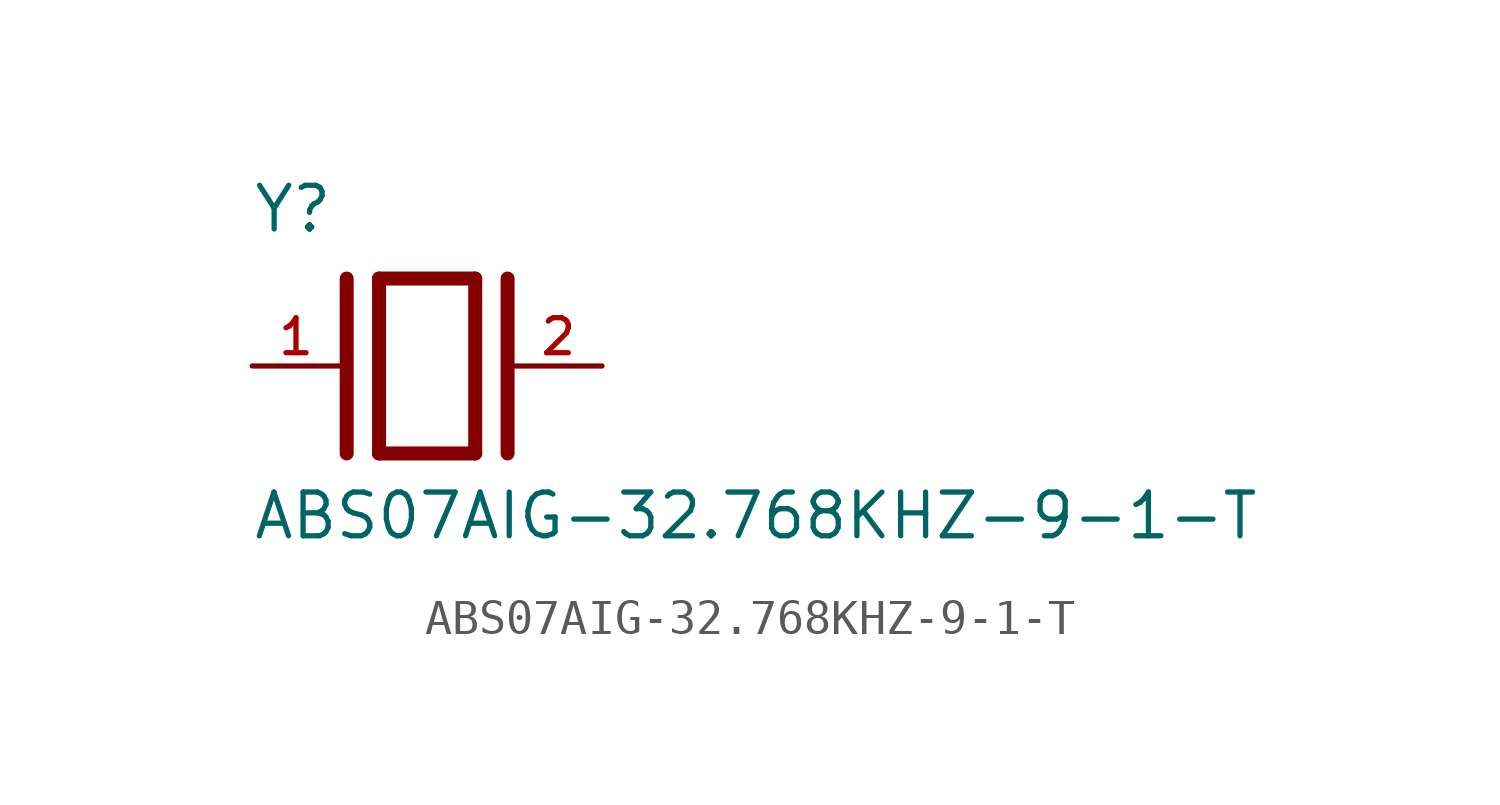
<source format=kicad_sym>
(kicad_symbol_lib
  (version 20211014)
  (generator kicad_symbol_editor)
  (symbol "ABS07AIG-32.768KHZ-9-1-T"
    (pin_names
      (offset 1.016))
    (property "Reference" "Y"
      (at -5.088 3.816 0)
      (effects (font (size 1.27 1.27)) (justify bottom left)))
    (property "Value" "ABS07AIG-32.768KHZ-9-1-T"
      (at -5.094 -5.094 0)
      (effects (font (size 1.27 1.27)) (justify bottom left)))
    (symbol "ABS07AIG-32.768KHZ-9-1-T_0_0"
      (polyline (pts (xy -1.397 2.54) (xy 1.397 2.54)) (stroke (width 0.406)))
      (polyline (pts (xy 1.397 2.54) (xy 1.397 -2.54)) (stroke (width 0.406)))
      (polyline (pts (xy 1.397 -2.54) (xy -1.397 -2.54)) (stroke (width 0.406)))
      (polyline (pts (xy -1.397 2.54) (xy -1.397 -2.54)) (stroke (width 0.406)))
      (polyline (pts (xy 2.337 2.54) (xy 2.337 -2.54)) (stroke (width 0.406)))
      (polyline (pts (xy -2.337 2.54) (xy -2.337 -2.54)) (stroke (width 0.406)))
      (pin passive line (at 5.08 0.0 180.0) (length 2.54) (name "~" (effects (font (size 1.016 1.016)))) (number "2" (effects (font (size 1.016 1.016)))))
      (pin passive line (at -5.08 0.0 0) (length 2.54) (name "~" (effects (font (size 1.016 1.016)))) (number "1" (effects (font (size 1.016 1.016))))))))
</source>
